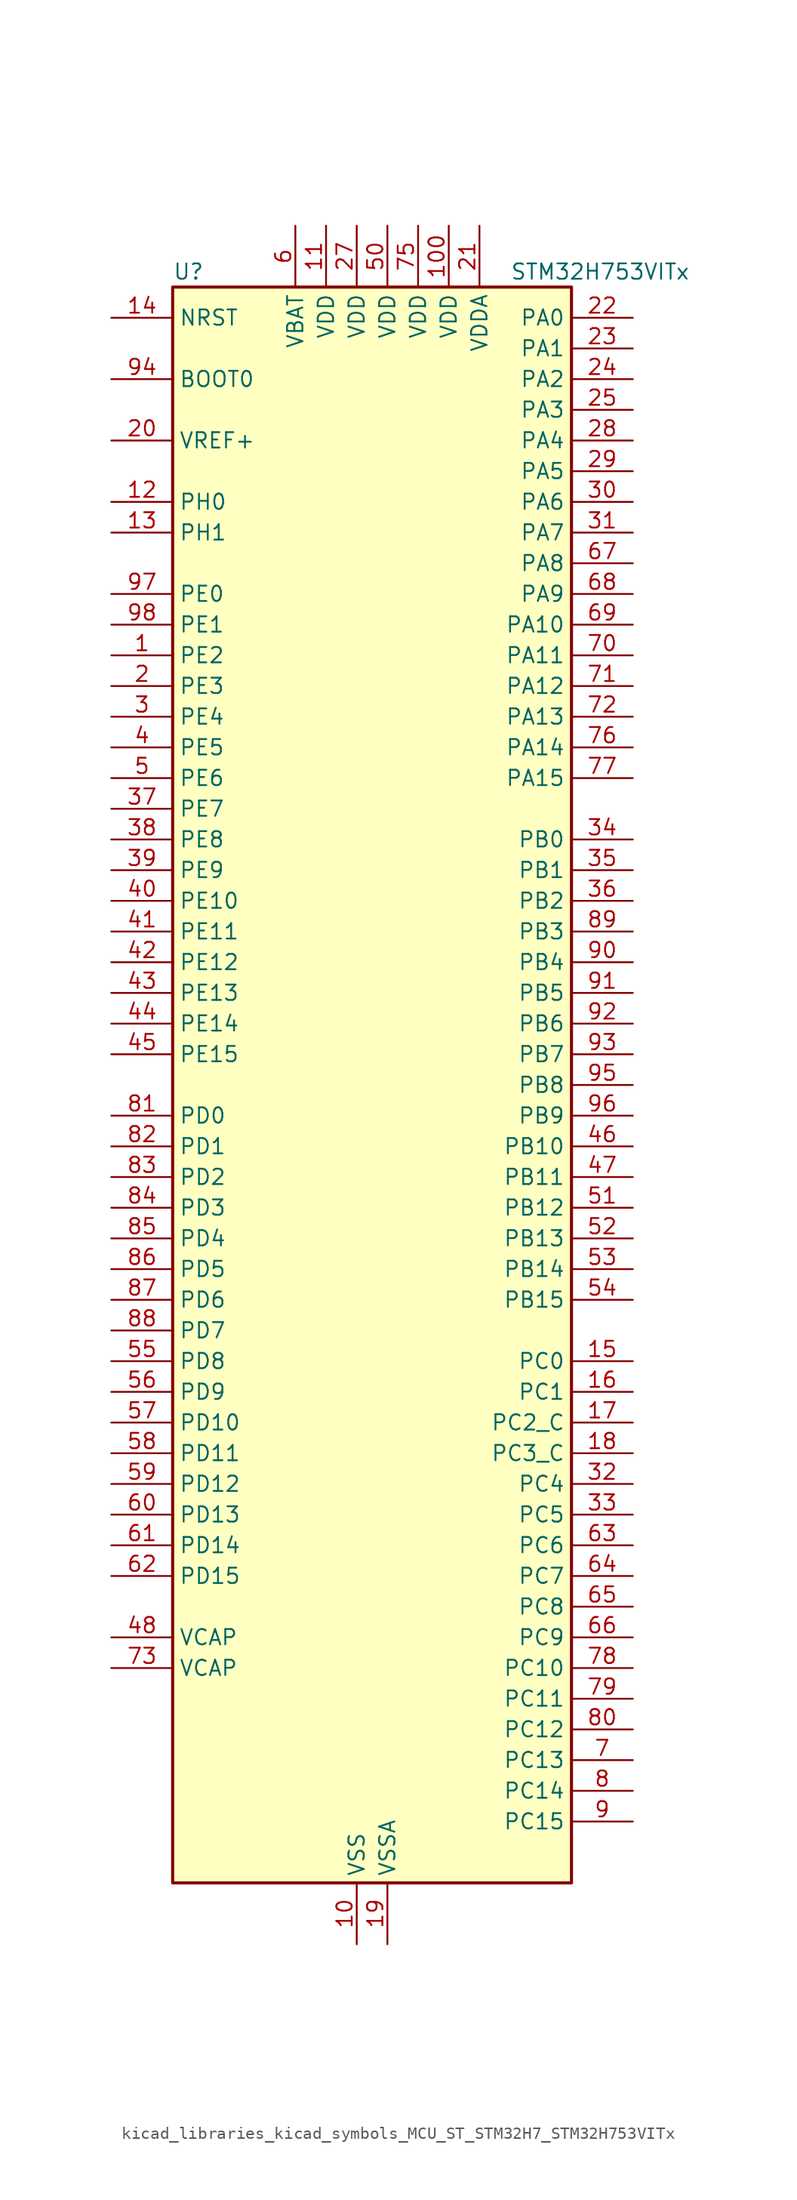
<source format=kicad_sym>
(kicad_symbol_lib
  (version 20220914)
  (generator kicad_symbol_editor)
  (symbol "kicad_libraries_kicad_symbols_MCU_ST_STM32H7_STM32H753VITx"
    (property "Reference" "U"
      (at -15.24 67.31 0)
      (effects (font (size 1.27 1.27)) (justify left)))
    (property "Value" "STM32H753VITx"
      (at 12.7 67.31 0)
      (effects (font (size 1.27 1.27)) (justify left)))
    (property "ki_locked" ""
      (at 0 0 0)
      (effects (font (size 1.27 1.27))))
    (symbol "kicad_libraries_kicad_symbols_MCU_ST_STM32H7_STM32H753VITx_0_1"
      (rectangle (start -15.24 -66.04) (end 17.78 66.04) (stroke (width 0.254) (type default)) (fill (type background))))
    (symbol "kicad_libraries_kicad_symbols_MCU_ST_STM32H7_STM32H753VITx_1_1"
      (pin bidirectional line (at -20.32 35.56 0) (length 5.08) (name "PE2" (effects (font (size 1.27 1.27)))) (number "1" (effects (font (size 1.27 1.27)))) (alternate "DEBUG_TRACECLK" bidirectional line) (alternate "ETH_TXD3" bidirectional line) (alternate "FMC_A23" bidirectional line) (alternate "QUADSPI_BK1_IO2" bidirectional line) (alternate "SAI1_CK1" bidirectional line) (alternate "SAI1_MCLK_A" bidirectional line) (alternate "SAI4_CK1" bidirectional line) (alternate "SAI4_MCLK_A" bidirectional line) (alternate "SPI4_SCK" bidirectional line))
      (pin power_in line (at 0 -71.12 90) (length 5.08) (name "VSS" (effects (font (size 1.27 1.27)))) (number "10" (effects (font (size 1.27 1.27)))))
      (pin power_in line (at 7.62 71.12 270) (length 5.08) (name "VDD" (effects (font (size 1.27 1.27)))) (number "100" (effects (font (size 1.27 1.27)))))
      (pin power_in line (at -2.54 71.12 270) (length 5.08) (name "VDD" (effects (font (size 1.27 1.27)))) (number "11" (effects (font (size 1.27 1.27)))))
      (pin bidirectional line (at -20.32 48.26 0) (length 5.08) (name "PH0" (effects (font (size 1.27 1.27)))) (number "12" (effects (font (size 1.27 1.27)))) (alternate "RCC_OSC_IN" bidirectional line))
      (pin bidirectional line (at -20.32 45.72 0) (length 5.08) (name "PH1" (effects (font (size 1.27 1.27)))) (number "13" (effects (font (size 1.27 1.27)))) (alternate "RCC_OSC_OUT" bidirectional line))
      (pin input line (at -20.32 63.5 0) (length 5.08) (name "NRST" (effects (font (size 1.27 1.27)))) (number "14" (effects (font (size 1.27 1.27)))))
      (pin bidirectional line (at 22.86 -22.86 180) (length 5.08) (name "PC0" (effects (font (size 1.27 1.27)))) (number "15" (effects (font (size 1.27 1.27)))) (alternate "ADC1_INP10" bidirectional line) (alternate "ADC2_INP10" bidirectional line) (alternate "ADC3_INP10" bidirectional line) (alternate "DFSDM1_CKIN0" bidirectional line) (alternate "DFSDM1_DATIN4" bidirectional line) (alternate "FMC_SDNWE" bidirectional line) (alternate "LTDC_R5" bidirectional line) (alternate "SAI2_FS_B" bidirectional line) (alternate "USB_OTG_HS_ULPI_STP" bidirectional line))
      (pin bidirectional line (at 22.86 -25.4 180) (length 5.08) (name "PC1" (effects (font (size 1.27 1.27)))) (number "16" (effects (font (size 1.27 1.27)))) (alternate "ADC1_INN10" bidirectional line) (alternate "ADC1_INP11" bidirectional line) (alternate "ADC2_INN10" bidirectional line) (alternate "ADC2_INP11" bidirectional line) (alternate "ADC3_INN10" bidirectional line) (alternate "ADC3_INP11" bidirectional line) (alternate "DEBUG_TRACED0" bidirectional line) (alternate "DFSDM1_CKIN4" bidirectional line) (alternate "DFSDM1_DATIN0" bidirectional line) (alternate "ETH_MDC" bidirectional line) (alternate "I2S2_SDO" bidirectional line) (alternate "MDIOS_MDC" bidirectional line) (alternate "PWR_WKUP5" bidirectional line) (alternate "RTC_TAMP3" bidirectional line) (alternate "SAI1_D1" bidirectional line) (alternate "SAI1_SD_A" bidirectional line) (alternate "SAI4_D1" bidirectional line) (alternate "SAI4_SD_A" bidirectional line) (alternate "SDMMC2_CK" bidirectional line) (alternate "SPI2_MOSI" bidirectional line))
      (pin bidirectional line (at 22.86 -27.94 180) (length 5.08) (name "PC2_C" (effects (font (size 1.27 1.27)))) (number "17" (effects (font (size 1.27 1.27)))) (alternate "ADC3_INN1" bidirectional line) (alternate "ADC3_INP0" bidirectional line) (alternate "DFSDM1_CKIN1" bidirectional line) (alternate "DFSDM1_CKOUT" bidirectional line) (alternate "ETH_TXD2" bidirectional line) (alternate "FMC_SDNE0" bidirectional line) (alternate "I2S2_SDI" bidirectional line) (alternate "PWR_CSTOP" bidirectional line) (alternate "SPI2_MISO" bidirectional line) (alternate "USB_OTG_HS_ULPI_DIR" bidirectional line))
      (pin bidirectional line (at 22.86 -30.48 180) (length 5.08) (name "PC3_C" (effects (font (size 1.27 1.27)))) (number "18" (effects (font (size 1.27 1.27)))) (alternate "ADC3_INP1" bidirectional line) (alternate "DFSDM1_DATIN1" bidirectional line) (alternate "ETH_TX_CLK" bidirectional line) (alternate "FMC_SDCKE0" bidirectional line) (alternate "I2S2_SDO" bidirectional line) (alternate "PWR_CSLEEP" bidirectional line) (alternate "SPI2_MOSI" bidirectional line) (alternate "USB_OTG_HS_ULPI_NXT" bidirectional line))
      (pin power_in line (at 2.54 -71.12 90) (length 5.08) (name "VSSA" (effects (font (size 1.27 1.27)))) (number "19" (effects (font (size 1.27 1.27)))))
      (pin bidirectional line (at -20.32 33.02 0) (length 5.08) (name "PE3" (effects (font (size 1.27 1.27)))) (number "2" (effects (font (size 1.27 1.27)))) (alternate "DEBUG_TRACED0" bidirectional line) (alternate "FMC_A19" bidirectional line) (alternate "SAI1_SD_B" bidirectional line) (alternate "SAI4_SD_B" bidirectional line) (alternate "TIM15_BKIN" bidirectional line))
      (pin input line (at -20.32 53.34 0) (length 5.08) (name "VREF+" (effects (font (size 1.27 1.27)))) (number "20" (effects (font (size 1.27 1.27)))) (alternate "VREFBUF_OUT" bidirectional line))
      (pin power_in line (at 10.16 71.12 270) (length 5.08) (name "VDDA" (effects (font (size 1.27 1.27)))) (number "21" (effects (font (size 1.27 1.27)))))
      (pin bidirectional line (at 22.86 63.5 180) (length 5.08) (name "PA0" (effects (font (size 1.27 1.27)))) (number "22" (effects (font (size 1.27 1.27)))) (alternate "ADC1_INP16" bidirectional line) (alternate "ETH_CRS" bidirectional line) (alternate "PWR_WKUP0" bidirectional line) (alternate "SAI2_SD_B" bidirectional line) (alternate "SDMMC2_CMD" bidirectional line) (alternate "TIM15_BKIN" bidirectional line) (alternate "TIM2_CH1" bidirectional line) (alternate "TIM2_ETR" bidirectional line) (alternate "TIM5_CH1" bidirectional line) (alternate "TIM8_ETR" bidirectional line) (alternate "UART4_TX" bidirectional line) (alternate "USART2_CTS" bidirectional line) (alternate "USART2_NSS" bidirectional line))
      (pin bidirectional line (at 22.86 60.96 180) (length 5.08) (name "PA1" (effects (font (size 1.27 1.27)))) (number "23" (effects (font (size 1.27 1.27)))) (alternate "ADC1_INN16" bidirectional line) (alternate "ADC1_INP17" bidirectional line) (alternate "ETH_REF_CLK" bidirectional line) (alternate "ETH_RX_CLK" bidirectional line) (alternate "LPTIM3_OUT" bidirectional line) (alternate "LTDC_R2" bidirectional line) (alternate "QUADSPI_BK1_IO3" bidirectional line) (alternate "SAI2_MCLK_B" bidirectional line) (alternate "TIM15_CH1N" bidirectional line) (alternate "TIM2_CH2" bidirectional line) (alternate "TIM5_CH2" bidirectional line) (alternate "UART4_RX" bidirectional line) (alternate "USART2_DE" bidirectional line) (alternate "USART2_RTS" bidirectional line))
      (pin bidirectional line (at 22.86 58.42 180) (length 5.08) (name "PA2" (effects (font (size 1.27 1.27)))) (number "24" (effects (font (size 1.27 1.27)))) (alternate "ADC1_INP14" bidirectional line) (alternate "ADC2_INP14" bidirectional line) (alternate "ETH_MDIO" bidirectional line) (alternate "LPTIM4_OUT" bidirectional line) (alternate "LTDC_R1" bidirectional line) (alternate "MDIOS_MDIO" bidirectional line) (alternate "PWR_WKUP1" bidirectional line) (alternate "SAI2_SCK_B" bidirectional line) (alternate "TIM15_CH1" bidirectional line) (alternate "TIM2_CH3" bidirectional line) (alternate "TIM5_CH3" bidirectional line) (alternate "USART2_TX" bidirectional line))
      (pin bidirectional line (at 22.86 55.88 180) (length 5.08) (name "PA3" (effects (font (size 1.27 1.27)))) (number "25" (effects (font (size 1.27 1.27)))) (alternate "ADC1_INP15" bidirectional line) (alternate "ADC2_INP15" bidirectional line) (alternate "ETH_COL" bidirectional line) (alternate "LPTIM5_OUT" bidirectional line) (alternate "LTDC_B2" bidirectional line) (alternate "LTDC_B5" bidirectional line) (alternate "TIM15_CH2" bidirectional line) (alternate "TIM2_CH4" bidirectional line) (alternate "TIM5_CH4" bidirectional line) (alternate "USART2_RX" bidirectional line) (alternate "USB_OTG_HS_ULPI_D0" bidirectional line))
      (pin passive line (at 0 -71.12 90) (length 5.08) hide (name "VSS" (effects (font (size 1.27 1.27)))) (number "26" (effects (font (size 1.27 1.27)))))
      (pin power_in line (at 0 71.12 270) (length 5.08) (name "VDD" (effects (font (size 1.27 1.27)))) (number "27" (effects (font (size 1.27 1.27)))))
      (pin bidirectional line (at 22.86 53.34 180) (length 5.08) (name "PA4" (effects (font (size 1.27 1.27)))) (number "28" (effects (font (size 1.27 1.27)))) (alternate "ADC1_INP18" bidirectional line) (alternate "ADC2_INP18" bidirectional line) (alternate "DAC1_OUT1" bidirectional line) (alternate "DCMI_HSYNC" bidirectional line) (alternate "I2S1_WS" bidirectional line) (alternate "I2S3_WS" bidirectional line) (alternate "LTDC_VSYNC" bidirectional line) (alternate "SPI1_NSS" bidirectional line) (alternate "SPI3_NSS" bidirectional line) (alternate "SPI6_NSS" bidirectional line) (alternate "TIM5_ETR" bidirectional line) (alternate "USART2_CK" bidirectional line) (alternate "USB_OTG_HS_SOF" bidirectional line))
      (pin bidirectional line (at 22.86 50.8 180) (length 5.08) (name "PA5" (effects (font (size 1.27 1.27)))) (number "29" (effects (font (size 1.27 1.27)))) (alternate "ADC1_INN18" bidirectional line) (alternate "ADC1_INP19" bidirectional line) (alternate "ADC2_INN18" bidirectional line) (alternate "ADC2_INP19" bidirectional line) (alternate "DAC1_OUT2" bidirectional line) (alternate "I2S1_CK" bidirectional line) (alternate "LTDC_R4" bidirectional line) (alternate "PWR_NDSTOP2" bidirectional line) (alternate "SPI1_SCK" bidirectional line) (alternate "SPI6_SCK" bidirectional line) (alternate "TIM2_CH1" bidirectional line) (alternate "TIM2_ETR" bidirectional line) (alternate "TIM8_CH1N" bidirectional line) (alternate "USB_OTG_HS_ULPI_CK" bidirectional line))
      (pin bidirectional line (at -20.32 30.48 0) (length 5.08) (name "PE4" (effects (font (size 1.27 1.27)))) (number "3" (effects (font (size 1.27 1.27)))) (alternate "DCMI_D4" bidirectional line) (alternate "DEBUG_TRACED1" bidirectional line) (alternate "DFSDM1_DATIN3" bidirectional line) (alternate "FMC_A20" bidirectional line) (alternate "LTDC_B0" bidirectional line) (alternate "SAI1_D2" bidirectional line) (alternate "SAI1_FS_A" bidirectional line) (alternate "SAI4_D2" bidirectional line) (alternate "SAI4_FS_A" bidirectional line) (alternate "SPI4_NSS" bidirectional line) (alternate "TIM15_CH1N" bidirectional line))
      (pin bidirectional line (at 22.86 48.26 180) (length 5.08) (name "PA6" (effects (font (size 1.27 1.27)))) (number "30" (effects (font (size 1.27 1.27)))) (alternate "ADC1_INP3" bidirectional line) (alternate "ADC2_INP3" bidirectional line) (alternate "DCMI_PIXCLK" bidirectional line) (alternate "I2S1_SDI" bidirectional line) (alternate "LTDC_G2" bidirectional line) (alternate "MDIOS_MDC" bidirectional line) (alternate "SPI1_MISO" bidirectional line) (alternate "SPI6_MISO" bidirectional line) (alternate "TIM13_CH1" bidirectional line) (alternate "TIM1_BKIN" bidirectional line) (alternate "TIM1_BKIN_COMP1" bidirectional line) (alternate "TIM1_BKIN_COMP2" bidirectional line) (alternate "TIM3_CH1" bidirectional line) (alternate "TIM8_BKIN" bidirectional line) (alternate "TIM8_BKIN_COMP1" bidirectional line) (alternate "TIM8_BKIN_COMP2" bidirectional line))
      (pin bidirectional line (at 22.86 45.72 180) (length 5.08) (name "PA7" (effects (font (size 1.27 1.27)))) (number "31" (effects (font (size 1.27 1.27)))) (alternate "ADC1_INN3" bidirectional line) (alternate "ADC1_INP7" bidirectional line) (alternate "ADC2_INN3" bidirectional line) (alternate "ADC2_INP7" bidirectional line) (alternate "ETH_CRS_DV" bidirectional line) (alternate "ETH_RX_DV" bidirectional line) (alternate "FMC_SDNWE" bidirectional line) (alternate "I2S1_SDO" bidirectional line) (alternate "OPAMP1_VINM" bidirectional line) (alternate "OPAMP1_VINM1" bidirectional line) (alternate "SPI1_MOSI" bidirectional line) (alternate "SPI6_MOSI" bidirectional line) (alternate "TIM14_CH1" bidirectional line) (alternate "TIM1_CH1N" bidirectional line) (alternate "TIM3_CH2" bidirectional line) (alternate "TIM8_CH1N" bidirectional line))
      (pin bidirectional line (at 22.86 -33.02 180) (length 5.08) (name "PC4" (effects (font (size 1.27 1.27)))) (number "32" (effects (font (size 1.27 1.27)))) (alternate "ADC1_INP4" bidirectional line) (alternate "ADC2_INP4" bidirectional line) (alternate "COMP1_INM" bidirectional line) (alternate "DFSDM1_CKIN2" bidirectional line) (alternate "ETH_RXD0" bidirectional line) (alternate "FMC_SDNE0" bidirectional line) (alternate "I2S1_MCK" bidirectional line) (alternate "OPAMP1_VOUT" bidirectional line) (alternate "SPDIFRX1_IN2" bidirectional line))
      (pin bidirectional line (at 22.86 -35.56 180) (length 5.08) (name "PC5" (effects (font (size 1.27 1.27)))) (number "33" (effects (font (size 1.27 1.27)))) (alternate "ADC1_INN4" bidirectional line) (alternate "ADC1_INP8" bidirectional line) (alternate "ADC2_INN4" bidirectional line) (alternate "ADC2_INP8" bidirectional line) (alternate "COMP1_OUT" bidirectional line) (alternate "DFSDM1_DATIN2" bidirectional line) (alternate "ETH_RXD1" bidirectional line) (alternate "FMC_SDCKE0" bidirectional line) (alternate "OPAMP1_VINM" bidirectional line) (alternate "OPAMP1_VINM0" bidirectional line) (alternate "SAI1_D3" bidirectional line) (alternate "SAI4_D3" bidirectional line) (alternate "SPDIFRX1_IN3" bidirectional line))
      (pin bidirectional line (at 22.86 20.32 180) (length 5.08) (name "PB0" (effects (font (size 1.27 1.27)))) (number "34" (effects (font (size 1.27 1.27)))) (alternate "ADC1_INN5" bidirectional line) (alternate "ADC1_INP9" bidirectional line) (alternate "ADC2_INN5" bidirectional line) (alternate "ADC2_INP9" bidirectional line) (alternate "COMP1_INP" bidirectional line) (alternate "DFSDM1_CKOUT" bidirectional line) (alternate "ETH_RXD2" bidirectional line) (alternate "LTDC_G1" bidirectional line) (alternate "LTDC_R3" bidirectional line) (alternate "OPAMP1_VINP" bidirectional line) (alternate "TIM1_CH2N" bidirectional line) (alternate "TIM3_CH3" bidirectional line) (alternate "TIM8_CH2N" bidirectional line) (alternate "UART4_CTS" bidirectional line) (alternate "USB_OTG_HS_ULPI_D1" bidirectional line))
      (pin bidirectional line (at 22.86 17.78 180) (length 5.08) (name "PB1" (effects (font (size 1.27 1.27)))) (number "35" (effects (font (size 1.27 1.27)))) (alternate "ADC1_INP5" bidirectional line) (alternate "ADC2_INP5" bidirectional line) (alternate "COMP1_INM" bidirectional line) (alternate "DFSDM1_DATIN1" bidirectional line) (alternate "ETH_RXD3" bidirectional line) (alternate "LTDC_G0" bidirectional line) (alternate "LTDC_R6" bidirectional line) (alternate "TIM1_CH3N" bidirectional line) (alternate "TIM3_CH4" bidirectional line) (alternate "TIM8_CH3N" bidirectional line) (alternate "USB_OTG_HS_ULPI_D2" bidirectional line))
      (pin bidirectional line (at 22.86 15.24 180) (length 5.08) (name "PB2" (effects (font (size 1.27 1.27)))) (number "36" (effects (font (size 1.27 1.27)))) (alternate "COMP1_INP" bidirectional line) (alternate "DFSDM1_CKIN1" bidirectional line) (alternate "I2S3_SDO" bidirectional line) (alternate "QUADSPI_CLK" bidirectional line) (alternate "RTC_OUT_ALARM" bidirectional line) (alternate "RTC_OUT_CALIB" bidirectional line) (alternate "SAI1_D1" bidirectional line) (alternate "SAI1_SD_A" bidirectional line) (alternate "SAI4_D1" bidirectional line) (alternate "SAI4_SD_A" bidirectional line) (alternate "SPI3_MOSI" bidirectional line))
      (pin bidirectional line (at -20.32 22.86 0) (length 5.08) (name "PE7" (effects (font (size 1.27 1.27)))) (number "37" (effects (font (size 1.27 1.27)))) (alternate "COMP2_INM" bidirectional line) (alternate "DFSDM1_DATIN2" bidirectional line) (alternate "FMC_D4" bidirectional line) (alternate "FMC_DA4" bidirectional line) (alternate "OPAMP2_VOUT" bidirectional line) (alternate "QUADSPI_BK2_IO0" bidirectional line) (alternate "TIM1_ETR" bidirectional line) (alternate "UART7_RX" bidirectional line))
      (pin bidirectional line (at -20.32 20.32 0) (length 5.08) (name "PE8" (effects (font (size 1.27 1.27)))) (number "38" (effects (font (size 1.27 1.27)))) (alternate "COMP2_OUT" bidirectional line) (alternate "DFSDM1_CKIN2" bidirectional line) (alternate "FMC_D5" bidirectional line) (alternate "FMC_DA5" bidirectional line) (alternate "OPAMP2_VINM" bidirectional line) (alternate "OPAMP2_VINM0" bidirectional line) (alternate "QUADSPI_BK2_IO1" bidirectional line) (alternate "TIM1_CH1N" bidirectional line) (alternate "UART7_TX" bidirectional line))
      (pin bidirectional line (at -20.32 17.78 0) (length 5.08) (name "PE9" (effects (font (size 1.27 1.27)))) (number "39" (effects (font (size 1.27 1.27)))) (alternate "COMP2_INP" bidirectional line) (alternate "DAC1_EXTI9" bidirectional line) (alternate "DFSDM1_CKOUT" bidirectional line) (alternate "FMC_D6" bidirectional line) (alternate "FMC_DA6" bidirectional line) (alternate "OPAMP2_VINP" bidirectional line) (alternate "QUADSPI_BK2_IO2" bidirectional line) (alternate "TIM1_CH1" bidirectional line) (alternate "UART7_DE" bidirectional line) (alternate "UART7_RTS" bidirectional line))
      (pin bidirectional line (at -20.32 27.94 0) (length 5.08) (name "PE5" (effects (font (size 1.27 1.27)))) (number "4" (effects (font (size 1.27 1.27)))) (alternate "DCMI_D6" bidirectional line) (alternate "DEBUG_TRACED2" bidirectional line) (alternate "DFSDM1_CKIN3" bidirectional line) (alternate "FMC_A21" bidirectional line) (alternate "LTDC_G0" bidirectional line) (alternate "SAI1_CK2" bidirectional line) (alternate "SAI1_SCK_A" bidirectional line) (alternate "SAI4_CK2" bidirectional line) (alternate "SAI4_SCK_A" bidirectional line) (alternate "SPI4_MISO" bidirectional line) (alternate "TIM15_CH1" bidirectional line))
      (pin bidirectional line (at -20.32 15.24 0) (length 5.08) (name "PE10" (effects (font (size 1.27 1.27)))) (number "40" (effects (font (size 1.27 1.27)))) (alternate "COMP2_INM" bidirectional line) (alternate "DFSDM1_DATIN4" bidirectional line) (alternate "FMC_D7" bidirectional line) (alternate "FMC_DA7" bidirectional line) (alternate "QUADSPI_BK2_IO3" bidirectional line) (alternate "TIM1_CH2N" bidirectional line) (alternate "UART7_CTS" bidirectional line))
      (pin bidirectional line (at -20.32 12.7 0) (length 5.08) (name "PE11" (effects (font (size 1.27 1.27)))) (number "41" (effects (font (size 1.27 1.27)))) (alternate "ADC1_EXTI11" bidirectional line) (alternate "ADC2_EXTI11" bidirectional line) (alternate "ADC3_EXTI11" bidirectional line) (alternate "COMP2_INP" bidirectional line) (alternate "DFSDM1_CKIN4" bidirectional line) (alternate "FMC_D8" bidirectional line) (alternate "FMC_DA8" bidirectional line) (alternate "LTDC_G3" bidirectional line) (alternate "SAI2_SD_B" bidirectional line) (alternate "SPI4_NSS" bidirectional line) (alternate "TIM1_CH2" bidirectional line))
      (pin bidirectional line (at -20.32 10.16 0) (length 5.08) (name "PE12" (effects (font (size 1.27 1.27)))) (number "42" (effects (font (size 1.27 1.27)))) (alternate "COMP1_OUT" bidirectional line) (alternate "DFSDM1_DATIN5" bidirectional line) (alternate "FMC_D9" bidirectional line) (alternate "FMC_DA9" bidirectional line) (alternate "LTDC_B4" bidirectional line) (alternate "SAI2_SCK_B" bidirectional line) (alternate "SPI4_SCK" bidirectional line) (alternate "TIM1_CH3N" bidirectional line))
      (pin bidirectional line (at -20.32 7.62 0) (length 5.08) (name "PE13" (effects (font (size 1.27 1.27)))) (number "43" (effects (font (size 1.27 1.27)))) (alternate "COMP2_OUT" bidirectional line) (alternate "DFSDM1_CKIN5" bidirectional line) (alternate "FMC_D10" bidirectional line) (alternate "FMC_DA10" bidirectional line) (alternate "LTDC_DE" bidirectional line) (alternate "SAI2_FS_B" bidirectional line) (alternate "SPI4_MISO" bidirectional line) (alternate "TIM1_CH3" bidirectional line))
      (pin bidirectional line (at -20.32 5.08 0) (length 5.08) (name "PE14" (effects (font (size 1.27 1.27)))) (number "44" (effects (font (size 1.27 1.27)))) (alternate "FMC_D11" bidirectional line) (alternate "FMC_DA11" bidirectional line) (alternate "LTDC_CLK" bidirectional line) (alternate "SAI2_MCLK_B" bidirectional line) (alternate "SPI4_MOSI" bidirectional line) (alternate "TIM1_CH4" bidirectional line))
      (pin bidirectional line (at -20.32 2.54 0) (length 5.08) (name "PE15" (effects (font (size 1.27 1.27)))) (number "45" (effects (font (size 1.27 1.27)))) (alternate "ADC1_EXTI15" bidirectional line) (alternate "ADC2_EXTI15" bidirectional line) (alternate "ADC3_EXTI15" bidirectional line) (alternate "FMC_D12" bidirectional line) (alternate "FMC_DA12" bidirectional line) (alternate "LTDC_R7" bidirectional line) (alternate "TIM1_BKIN" bidirectional line) (alternate "TIM1_BKIN_COMP1" bidirectional line) (alternate "TIM1_BKIN_COMP2" bidirectional line))
      (pin bidirectional line (at 22.86 -5.08 180) (length 5.08) (name "PB10" (effects (font (size 1.27 1.27)))) (number "46" (effects (font (size 1.27 1.27)))) (alternate "DFSDM1_DATIN7" bidirectional line) (alternate "ETH_RX_ER" bidirectional line) (alternate "HRTIM_SCOUT" bidirectional line) (alternate "I2C2_SCL" bidirectional line) (alternate "I2S2_CK" bidirectional line) (alternate "LPTIM2_IN1" bidirectional line) (alternate "LTDC_G4" bidirectional line) (alternate "QUADSPI_BK1_NCS" bidirectional line) (alternate "SPI2_SCK" bidirectional line) (alternate "TIM2_CH3" bidirectional line) (alternate "USART3_TX" bidirectional line) (alternate "USB_OTG_HS_ULPI_D3" bidirectional line))
      (pin bidirectional line (at 22.86 -7.62 180) (length 5.08) (name "PB11" (effects (font (size 1.27 1.27)))) (number "47" (effects (font (size 1.27 1.27)))) (alternate "ADC1_EXTI11" bidirectional line) (alternate "ADC2_EXTI11" bidirectional line) (alternate "ADC3_EXTI11" bidirectional line) (alternate "DFSDM1_CKIN7" bidirectional line) (alternate "ETH_TX_EN" bidirectional line) (alternate "HRTIM_SCIN" bidirectional line) (alternate "I2C2_SDA" bidirectional line) (alternate "LPTIM2_ETR" bidirectional line) (alternate "LTDC_G5" bidirectional line) (alternate "TIM2_CH4" bidirectional line) (alternate "USART3_RX" bidirectional line) (alternate "USB_OTG_HS_ULPI_D4" bidirectional line))
      (pin power_out line (at -20.32 -45.72 0) (length 5.08) (name "VCAP" (effects (font (size 1.27 1.27)))) (number "48" (effects (font (size 1.27 1.27)))))
      (pin passive line (at 0 -71.12 90) (length 5.08) hide (name "VSS" (effects (font (size 1.27 1.27)))) (number "49" (effects (font (size 1.27 1.27)))))
      (pin bidirectional line (at -20.32 25.4 0) (length 5.08) (name "PE6" (effects (font (size 1.27 1.27)))) (number "5" (effects (font (size 1.27 1.27)))) (alternate "DCMI_D7" bidirectional line) (alternate "DEBUG_TRACED3" bidirectional line) (alternate "FMC_A22" bidirectional line) (alternate "LTDC_G1" bidirectional line) (alternate "SAI1_D1" bidirectional line) (alternate "SAI1_SD_A" bidirectional line) (alternate "SAI2_MCLK_B" bidirectional line) (alternate "SAI4_D1" bidirectional line) (alternate "SAI4_SD_A" bidirectional line) (alternate "SPI4_MOSI" bidirectional line) (alternate "TIM15_CH2" bidirectional line) (alternate "TIM1_BKIN2" bidirectional line) (alternate "TIM1_BKIN2_COMP1" bidirectional line) (alternate "TIM1_BKIN2_COMP2" bidirectional line))
      (pin power_in line (at 2.54 71.12 270) (length 5.08) (name "VDD" (effects (font (size 1.27 1.27)))) (number "50" (effects (font (size 1.27 1.27)))))
      (pin bidirectional line (at 22.86 -10.16 180) (length 5.08) (name "PB12" (effects (font (size 1.27 1.27)))) (number "51" (effects (font (size 1.27 1.27)))) (alternate "DFSDM1_DATIN1" bidirectional line) (alternate "ETH_TXD0" bidirectional line) (alternate "FDCAN2_RX" bidirectional line) (alternate "I2C2_SMBA" bidirectional line) (alternate "I2S2_WS" bidirectional line) (alternate "SPI2_NSS" bidirectional line) (alternate "TIM1_BKIN" bidirectional line) (alternate "TIM1_BKIN_COMP1" bidirectional line) (alternate "TIM1_BKIN_COMP2" bidirectional line) (alternate "UART5_RX" bidirectional line) (alternate "USART3_CK" bidirectional line) (alternate "USB_OTG_HS_ID" bidirectional line) (alternate "USB_OTG_HS_ULPI_D5" bidirectional line))
      (pin bidirectional line (at 22.86 -12.7 180) (length 5.08) (name "PB13" (effects (font (size 1.27 1.27)))) (number "52" (effects (font (size 1.27 1.27)))) (alternate "DFSDM1_CKIN1" bidirectional line) (alternate "ETH_TXD1" bidirectional line) (alternate "FDCAN2_TX" bidirectional line) (alternate "I2S2_CK" bidirectional line) (alternate "LPTIM2_OUT" bidirectional line) (alternate "SPI2_SCK" bidirectional line) (alternate "TIM1_CH1N" bidirectional line) (alternate "UART5_TX" bidirectional line) (alternate "USART3_CTS" bidirectional line) (alternate "USART3_NSS" bidirectional line) (alternate "USB_OTG_HS_ULPI_D6" bidirectional line) (alternate "USB_OTG_HS_VBUS" bidirectional line))
      (pin bidirectional line (at 22.86 -15.24 180) (length 5.08) (name "PB14" (effects (font (size 1.27 1.27)))) (number "53" (effects (font (size 1.27 1.27)))) (alternate "DFSDM1_DATIN2" bidirectional line) (alternate "I2S2_SDI" bidirectional line) (alternate "SDMMC2_D0" bidirectional line) (alternate "SPI2_MISO" bidirectional line) (alternate "TIM12_CH1" bidirectional line) (alternate "TIM1_CH2N" bidirectional line) (alternate "TIM8_CH2N" bidirectional line) (alternate "UART4_DE" bidirectional line) (alternate "UART4_RTS" bidirectional line) (alternate "USART1_TX" bidirectional line) (alternate "USART3_DE" bidirectional line) (alternate "USART3_RTS" bidirectional line) (alternate "USB_OTG_HS_DM" bidirectional line))
      (pin bidirectional line (at 22.86 -17.78 180) (length 5.08) (name "PB15" (effects (font (size 1.27 1.27)))) (number "54" (effects (font (size 1.27 1.27)))) (alternate "ADC1_EXTI15" bidirectional line) (alternate "ADC2_EXTI15" bidirectional line) (alternate "ADC3_EXTI15" bidirectional line) (alternate "DFSDM1_CKIN2" bidirectional line) (alternate "I2S2_SDO" bidirectional line) (alternate "RTC_REFIN" bidirectional line) (alternate "SDMMC2_D1" bidirectional line) (alternate "SPI2_MOSI" bidirectional line) (alternate "TIM12_CH2" bidirectional line) (alternate "TIM1_CH3N" bidirectional line) (alternate "TIM8_CH3N" bidirectional line) (alternate "UART4_CTS" bidirectional line) (alternate "USART1_RX" bidirectional line) (alternate "USB_OTG_HS_DP" bidirectional line))
      (pin bidirectional line (at -20.32 -22.86 0) (length 5.08) (name "PD8" (effects (font (size 1.27 1.27)))) (number "55" (effects (font (size 1.27 1.27)))) (alternate "DFSDM1_CKIN3" bidirectional line) (alternate "FMC_D13" bidirectional line) (alternate "FMC_DA13" bidirectional line) (alternate "SAI3_SCK_B" bidirectional line) (alternate "SPDIFRX1_IN1" bidirectional line) (alternate "USART3_TX" bidirectional line))
      (pin bidirectional line (at -20.32 -25.4 0) (length 5.08) (name "PD9" (effects (font (size 1.27 1.27)))) (number "56" (effects (font (size 1.27 1.27)))) (alternate "DAC1_EXTI9" bidirectional line) (alternate "DFSDM1_DATIN3" bidirectional line) (alternate "FMC_D14" bidirectional line) (alternate "FMC_DA14" bidirectional line) (alternate "SAI3_SD_B" bidirectional line) (alternate "USART3_RX" bidirectional line))
      (pin bidirectional line (at -20.32 -27.94 0) (length 5.08) (name "PD10" (effects (font (size 1.27 1.27)))) (number "57" (effects (font (size 1.27 1.27)))) (alternate "DFSDM1_CKOUT" bidirectional line) (alternate "FMC_D15" bidirectional line) (alternate "FMC_DA15" bidirectional line) (alternate "LTDC_B3" bidirectional line) (alternate "SAI3_FS_B" bidirectional line) (alternate "USART3_CK" bidirectional line))
      (pin bidirectional line (at -20.32 -30.48 0) (length 5.08) (name "PD11" (effects (font (size 1.27 1.27)))) (number "58" (effects (font (size 1.27 1.27)))) (alternate "ADC1_EXTI11" bidirectional line) (alternate "ADC2_EXTI11" bidirectional line) (alternate "ADC3_EXTI11" bidirectional line) (alternate "FMC_A16" bidirectional line) (alternate "FMC_CLE" bidirectional line) (alternate "I2C4_SMBA" bidirectional line) (alternate "LPTIM2_IN2" bidirectional line) (alternate "QUADSPI_BK1_IO0" bidirectional line) (alternate "SAI2_SD_A" bidirectional line) (alternate "USART3_CTS" bidirectional line) (alternate "USART3_NSS" bidirectional line))
      (pin bidirectional line (at -20.32 -33.02 0) (length 5.08) (name "PD12" (effects (font (size 1.27 1.27)))) (number "59" (effects (font (size 1.27 1.27)))) (alternate "FMC_A17" bidirectional line) (alternate "FMC_ALE" bidirectional line) (alternate "I2C4_SCL" bidirectional line) (alternate "LPTIM1_IN1" bidirectional line) (alternate "LPTIM2_IN1" bidirectional line) (alternate "QUADSPI_BK1_IO1" bidirectional line) (alternate "SAI2_FS_A" bidirectional line) (alternate "TIM4_CH1" bidirectional line) (alternate "USART3_DE" bidirectional line) (alternate "USART3_RTS" bidirectional line))
      (pin power_in line (at -5.08 71.12 270) (length 5.08) (name "VBAT" (effects (font (size 1.27 1.27)))) (number "6" (effects (font (size 1.27 1.27)))))
      (pin bidirectional line (at -20.32 -35.56 0) (length 5.08) (name "PD13" (effects (font (size 1.27 1.27)))) (number "60" (effects (font (size 1.27 1.27)))) (alternate "FMC_A18" bidirectional line) (alternate "I2C4_SDA" bidirectional line) (alternate "LPTIM1_OUT" bidirectional line) (alternate "QUADSPI_BK1_IO3" bidirectional line) (alternate "SAI2_SCK_A" bidirectional line) (alternate "TIM4_CH2" bidirectional line))
      (pin bidirectional line (at -20.32 -38.1 0) (length 5.08) (name "PD14" (effects (font (size 1.27 1.27)))) (number "61" (effects (font (size 1.27 1.27)))) (alternate "FMC_D0" bidirectional line) (alternate "FMC_DA0" bidirectional line) (alternate "SAI3_MCLK_B" bidirectional line) (alternate "TIM4_CH3" bidirectional line) (alternate "UART8_CTS" bidirectional line))
      (pin bidirectional line (at -20.32 -40.64 0) (length 5.08) (name "PD15" (effects (font (size 1.27 1.27)))) (number "62" (effects (font (size 1.27 1.27)))) (alternate "ADC1_EXTI15" bidirectional line) (alternate "ADC2_EXTI15" bidirectional line) (alternate "ADC3_EXTI15" bidirectional line) (alternate "FMC_D1" bidirectional line) (alternate "FMC_DA1" bidirectional line) (alternate "SAI3_MCLK_A" bidirectional line) (alternate "TIM4_CH4" bidirectional line) (alternate "UART8_DE" bidirectional line) (alternate "UART8_RTS" bidirectional line))
      (pin bidirectional line (at 22.86 -38.1 180) (length 5.08) (name "PC6" (effects (font (size 1.27 1.27)))) (number "63" (effects (font (size 1.27 1.27)))) (alternate "DCMI_D0" bidirectional line) (alternate "DFSDM1_CKIN3" bidirectional line) (alternate "FMC_NWAIT" bidirectional line) (alternate "HRTIM_CHA1" bidirectional line) (alternate "I2S2_MCK" bidirectional line) (alternate "LTDC_HSYNC" bidirectional line) (alternate "SDMMC1_D0DIR" bidirectional line) (alternate "SDMMC1_D6" bidirectional line) (alternate "SDMMC2_D6" bidirectional line) (alternate "SWPMI1_IO" bidirectional line) (alternate "TIM3_CH1" bidirectional line) (alternate "TIM8_CH1" bidirectional line) (alternate "USART6_TX" bidirectional line))
      (pin bidirectional line (at 22.86 -40.64 180) (length 5.08) (name "PC7" (effects (font (size 1.27 1.27)))) (number "64" (effects (font (size 1.27 1.27)))) (alternate "DCMI_D1" bidirectional line) (alternate "DEBUG_TRGIO" bidirectional line) (alternate "DFSDM1_DATIN3" bidirectional line) (alternate "FMC_NE1" bidirectional line) (alternate "HRTIM_CHA2" bidirectional line) (alternate "I2S3_MCK" bidirectional line) (alternate "LTDC_G6" bidirectional line) (alternate "SDMMC1_D123DIR" bidirectional line) (alternate "SDMMC1_D7" bidirectional line) (alternate "SDMMC2_D7" bidirectional line) (alternate "SWPMI1_TX" bidirectional line) (alternate "TIM3_CH2" bidirectional line) (alternate "TIM8_CH2" bidirectional line) (alternate "USART6_RX" bidirectional line))
      (pin bidirectional line (at 22.86 -43.18 180) (length 5.08) (name "PC8" (effects (font (size 1.27 1.27)))) (number "65" (effects (font (size 1.27 1.27)))) (alternate "DCMI_D2" bidirectional line) (alternate "DEBUG_TRACED1" bidirectional line) (alternate "FMC_NCE" bidirectional line) (alternate "FMC_NE2" bidirectional line) (alternate "HRTIM_CHB1" bidirectional line) (alternate "SDMMC1_D0" bidirectional line) (alternate "SWPMI1_RX" bidirectional line) (alternate "TIM3_CH3" bidirectional line) (alternate "TIM8_CH3" bidirectional line) (alternate "UART5_DE" bidirectional line) (alternate "UART5_RTS" bidirectional line) (alternate "USART6_CK" bidirectional line))
      (pin bidirectional line (at 22.86 -45.72 180) (length 5.08) (name "PC9" (effects (font (size 1.27 1.27)))) (number "66" (effects (font (size 1.27 1.27)))) (alternate "DAC1_EXTI9" bidirectional line) (alternate "DCMI_D3" bidirectional line) (alternate "I2C3_SDA" bidirectional line) (alternate "I2S_CKIN" bidirectional line) (alternate "LTDC_B2" bidirectional line) (alternate "LTDC_G3" bidirectional line) (alternate "QUADSPI_BK1_IO0" bidirectional line) (alternate "RCC_MCO_2" bidirectional line) (alternate "SDMMC1_D1" bidirectional line) (alternate "SWPMI1_SUSPEND" bidirectional line) (alternate "TIM3_CH4" bidirectional line) (alternate "TIM8_CH4" bidirectional line) (alternate "UART5_CTS" bidirectional line))
      (pin bidirectional line (at 22.86 43.18 180) (length 5.08) (name "PA8" (effects (font (size 1.27 1.27)))) (number "67" (effects (font (size 1.27 1.27)))) (alternate "HRTIM_CHB2" bidirectional line) (alternate "I2C3_SCL" bidirectional line) (alternate "LTDC_B3" bidirectional line) (alternate "LTDC_R6" bidirectional line) (alternate "RCC_MCO_1" bidirectional line) (alternate "TIM1_CH1" bidirectional line) (alternate "TIM8_BKIN2" bidirectional line) (alternate "TIM8_BKIN2_COMP1" bidirectional line) (alternate "TIM8_BKIN2_COMP2" bidirectional line) (alternate "UART7_RX" bidirectional line) (alternate "USART1_CK" bidirectional line) (alternate "USB_OTG_FS_SOF" bidirectional line))
      (pin bidirectional line (at 22.86 40.64 180) (length 5.08) (name "PA9" (effects (font (size 1.27 1.27)))) (number "68" (effects (font (size 1.27 1.27)))) (alternate "DAC1_EXTI9" bidirectional line) (alternate "DCMI_D0" bidirectional line) (alternate "HRTIM_CHC1" bidirectional line) (alternate "I2C3_SMBA" bidirectional line) (alternate "I2S2_CK" bidirectional line) (alternate "LPUART1_TX" bidirectional line) (alternate "LTDC_R5" bidirectional line) (alternate "SPI2_SCK" bidirectional line) (alternate "TIM1_CH2" bidirectional line) (alternate "USART1_TX" bidirectional line) (alternate "USB_OTG_FS_VBUS" bidirectional line))
      (pin bidirectional line (at 22.86 38.1 180) (length 5.08) (name "PA10" (effects (font (size 1.27 1.27)))) (number "69" (effects (font (size 1.27 1.27)))) (alternate "DCMI_D1" bidirectional line) (alternate "HRTIM_CHC2" bidirectional line) (alternate "LPUART1_RX" bidirectional line) (alternate "LTDC_B1" bidirectional line) (alternate "LTDC_B4" bidirectional line) (alternate "MDIOS_MDIO" bidirectional line) (alternate "TIM1_CH3" bidirectional line) (alternate "USART1_RX" bidirectional line) (alternate "USB_OTG_FS_ID" bidirectional line))
      (pin bidirectional line (at 22.86 -55.88 180) (length 5.08) (name "PC13" (effects (font (size 1.27 1.27)))) (number "7" (effects (font (size 1.27 1.27)))) (alternate "PWR_WKUP2" bidirectional line) (alternate "RTC_OUT_ALARM" bidirectional line) (alternate "RTC_OUT_CALIB" bidirectional line) (alternate "RTC_TAMP1" bidirectional line) (alternate "RTC_TS" bidirectional line))
      (pin bidirectional line (at 22.86 35.56 180) (length 5.08) (name "PA11" (effects (font (size 1.27 1.27)))) (number "70" (effects (font (size 1.27 1.27)))) (alternate "ADC1_EXTI11" bidirectional line) (alternate "ADC2_EXTI11" bidirectional line) (alternate "ADC3_EXTI11" bidirectional line) (alternate "FDCAN1_RX" bidirectional line) (alternate "HRTIM_CHD1" bidirectional line) (alternate "I2S2_WS" bidirectional line) (alternate "LPUART1_CTS" bidirectional line) (alternate "LTDC_R4" bidirectional line) (alternate "SPI2_NSS" bidirectional line) (alternate "TIM1_CH4" bidirectional line) (alternate "UART4_RX" bidirectional line) (alternate "USART1_CTS" bidirectional line) (alternate "USART1_NSS" bidirectional line) (alternate "USB_OTG_FS_DM" bidirectional line))
      (pin bidirectional line (at 22.86 33.02 180) (length 5.08) (name "PA12" (effects (font (size 1.27 1.27)))) (number "71" (effects (font (size 1.27 1.27)))) (alternate "FDCAN1_TX" bidirectional line) (alternate "HRTIM_CHD2" bidirectional line) (alternate "I2S2_CK" bidirectional line) (alternate "LPUART1_DE" bidirectional line) (alternate "LPUART1_RTS" bidirectional line) (alternate "LTDC_R5" bidirectional line) (alternate "SAI2_FS_B" bidirectional line) (alternate "SPI2_SCK" bidirectional line) (alternate "TIM1_ETR" bidirectional line) (alternate "UART4_TX" bidirectional line) (alternate "USART1_DE" bidirectional line) (alternate "USART1_RTS" bidirectional line) (alternate "USB_OTG_FS_DP" bidirectional line))
      (pin bidirectional line (at 22.86 30.48 180) (length 5.08) (name "PA13" (effects (font (size 1.27 1.27)))) (number "72" (effects (font (size 1.27 1.27)))) (alternate "DEBUG_JTMS-SWDIO" bidirectional line))
      (pin power_out line (at -20.32 -48.26 0) (length 5.08) (name "VCAP" (effects (font (size 1.27 1.27)))) (number "73" (effects (font (size 1.27 1.27)))))
      (pin passive line (at 0 -71.12 90) (length 5.08) hide (name "VSS" (effects (font (size 1.27 1.27)))) (number "74" (effects (font (size 1.27 1.27)))))
      (pin power_in line (at 5.08 71.12 270) (length 5.08) (name "VDD" (effects (font (size 1.27 1.27)))) (number "75" (effects (font (size 1.27 1.27)))))
      (pin bidirectional line (at 22.86 27.94 180) (length 5.08) (name "PA14" (effects (font (size 1.27 1.27)))) (number "76" (effects (font (size 1.27 1.27)))) (alternate "DEBUG_JTCK-SWCLK" bidirectional line))
      (pin bidirectional line (at 22.86 25.4 180) (length 5.08) (name "PA15" (effects (font (size 1.27 1.27)))) (number "77" (effects (font (size 1.27 1.27)))) (alternate "ADC1_EXTI15" bidirectional line) (alternate "ADC2_EXTI15" bidirectional line) (alternate "ADC3_EXTI15" bidirectional line) (alternate "CEC" bidirectional line) (alternate "DEBUG_JTDI" bidirectional line) (alternate "HRTIM_FLT1" bidirectional line) (alternate "I2S1_WS" bidirectional line) (alternate "I2S3_WS" bidirectional line) (alternate "SPI1_NSS" bidirectional line) (alternate "SPI3_NSS" bidirectional line) (alternate "SPI6_NSS" bidirectional line) (alternate "TIM2_CH1" bidirectional line) (alternate "TIM2_ETR" bidirectional line) (alternate "UART4_DE" bidirectional line) (alternate "UART4_RTS" bidirectional line) (alternate "UART7_TX" bidirectional line))
      (pin bidirectional line (at 22.86 -48.26 180) (length 5.08) (name "PC10" (effects (font (size 1.27 1.27)))) (number "78" (effects (font (size 1.27 1.27)))) (alternate "DCMI_D8" bidirectional line) (alternate "DFSDM1_CKIN5" bidirectional line) (alternate "HRTIM_EEV1" bidirectional line) (alternate "I2S3_CK" bidirectional line) (alternate "LTDC_R2" bidirectional line) (alternate "QUADSPI_BK1_IO1" bidirectional line) (alternate "SDMMC1_D2" bidirectional line) (alternate "SPI3_SCK" bidirectional line) (alternate "UART4_TX" bidirectional line) (alternate "USART3_TX" bidirectional line))
      (pin bidirectional line (at 22.86 -50.8 180) (length 5.08) (name "PC11" (effects (font (size 1.27 1.27)))) (number "79" (effects (font (size 1.27 1.27)))) (alternate "ADC1_EXTI11" bidirectional line) (alternate "ADC2_EXTI11" bidirectional line) (alternate "ADC3_EXTI11" bidirectional line) (alternate "DCMI_D4" bidirectional line) (alternate "DFSDM1_DATIN5" bidirectional line) (alternate "HRTIM_FLT2" bidirectional line) (alternate "I2S3_SDI" bidirectional line) (alternate "QUADSPI_BK2_NCS" bidirectional line) (alternate "SDMMC1_D3" bidirectional line) (alternate "SPI3_MISO" bidirectional line) (alternate "UART4_RX" bidirectional line) (alternate "USART3_RX" bidirectional line))
      (pin bidirectional line (at 22.86 -58.42 180) (length 5.08) (name "PC14" (effects (font (size 1.27 1.27)))) (number "8" (effects (font (size 1.27 1.27)))) (alternate "RCC_OSC32_IN" bidirectional line))
      (pin bidirectional line (at 22.86 -53.34 180) (length 5.08) (name "PC12" (effects (font (size 1.27 1.27)))) (number "80" (effects (font (size 1.27 1.27)))) (alternate "DCMI_D9" bidirectional line) (alternate "DEBUG_TRACED3" bidirectional line) (alternate "HRTIM_EEV2" bidirectional line) (alternate "I2S3_SDO" bidirectional line) (alternate "SDMMC1_CK" bidirectional line) (alternate "SPI3_MOSI" bidirectional line) (alternate "UART5_TX" bidirectional line) (alternate "USART3_CK" bidirectional line))
      (pin bidirectional line (at -20.32 -2.54 0) (length 5.08) (name "PD0" (effects (font (size 1.27 1.27)))) (number "81" (effects (font (size 1.27 1.27)))) (alternate "DFSDM1_CKIN6" bidirectional line) (alternate "FDCAN1_RX" bidirectional line) (alternate "FMC_D2" bidirectional line) (alternate "FMC_DA2" bidirectional line) (alternate "SAI3_SCK_A" bidirectional line) (alternate "UART4_RX" bidirectional line))
      (pin bidirectional line (at -20.32 -5.08 0) (length 5.08) (name "PD1" (effects (font (size 1.27 1.27)))) (number "82" (effects (font (size 1.27 1.27)))) (alternate "DFSDM1_DATIN6" bidirectional line) (alternate "FDCAN1_TX" bidirectional line) (alternate "FMC_D3" bidirectional line) (alternate "FMC_DA3" bidirectional line) (alternate "SAI3_SD_A" bidirectional line) (alternate "UART4_TX" bidirectional line))
      (pin bidirectional line (at -20.32 -7.62 0) (length 5.08) (name "PD2" (effects (font (size 1.27 1.27)))) (number "83" (effects (font (size 1.27 1.27)))) (alternate "DCMI_D11" bidirectional line) (alternate "DEBUG_TRACED2" bidirectional line) (alternate "SDMMC1_CMD" bidirectional line) (alternate "TIM3_ETR" bidirectional line) (alternate "UART5_RX" bidirectional line))
      (pin bidirectional line (at -20.32 -10.16 0) (length 5.08) (name "PD3" (effects (font (size 1.27 1.27)))) (number "84" (effects (font (size 1.27 1.27)))) (alternate "DCMI_D5" bidirectional line) (alternate "DFSDM1_CKOUT" bidirectional line) (alternate "FMC_CLK" bidirectional line) (alternate "I2S2_CK" bidirectional line) (alternate "LTDC_G7" bidirectional line) (alternate "SPI2_SCK" bidirectional line) (alternate "USART2_CTS" bidirectional line) (alternate "USART2_NSS" bidirectional line))
      (pin bidirectional line (at -20.32 -12.7 0) (length 5.08) (name "PD4" (effects (font (size 1.27 1.27)))) (number "85" (effects (font (size 1.27 1.27)))) (alternate "FMC_NOE" bidirectional line) (alternate "HRTIM_FLT3" bidirectional line) (alternate "SAI3_FS_A" bidirectional line) (alternate "USART2_DE" bidirectional line) (alternate "USART2_RTS" bidirectional line))
      (pin bidirectional line (at -20.32 -15.24 0) (length 5.08) (name "PD5" (effects (font (size 1.27 1.27)))) (number "86" (effects (font (size 1.27 1.27)))) (alternate "FMC_NWE" bidirectional line) (alternate "HRTIM_EEV3" bidirectional line) (alternate "USART2_TX" bidirectional line))
      (pin bidirectional line (at -20.32 -17.78 0) (length 5.08) (name "PD6" (effects (font (size 1.27 1.27)))) (number "87" (effects (font (size 1.27 1.27)))) (alternate "DCMI_D10" bidirectional line) (alternate "DFSDM1_CKIN4" bidirectional line) (alternate "DFSDM1_DATIN1" bidirectional line) (alternate "FMC_NWAIT" bidirectional line) (alternate "I2S3_SDO" bidirectional line) (alternate "LTDC_B2" bidirectional line) (alternate "SAI1_D1" bidirectional line) (alternate "SAI1_SD_A" bidirectional line) (alternate "SAI4_D1" bidirectional line) (alternate "SAI4_SD_A" bidirectional line) (alternate "SDMMC2_CK" bidirectional line) (alternate "SPI3_MOSI" bidirectional line) (alternate "USART2_RX" bidirectional line))
      (pin bidirectional line (at -20.32 -20.32 0) (length 5.08) (name "PD7" (effects (font (size 1.27 1.27)))) (number "88" (effects (font (size 1.27 1.27)))) (alternate "DFSDM1_CKIN1" bidirectional line) (alternate "DFSDM1_DATIN4" bidirectional line) (alternate "FMC_NE1" bidirectional line) (alternate "I2S1_SDO" bidirectional line) (alternate "SDMMC2_CMD" bidirectional line) (alternate "SPDIFRX1_IN0" bidirectional line) (alternate "SPI1_MOSI" bidirectional line) (alternate "USART2_CK" bidirectional line))
      (pin bidirectional line (at 22.86 12.7 180) (length 5.08) (name "PB3" (effects (font (size 1.27 1.27)))) (number "89" (effects (font (size 1.27 1.27)))) (alternate "CRS_SYNC" bidirectional line) (alternate "DEBUG_JTDO-SWO" bidirectional line) (alternate "HRTIM_FLT4" bidirectional line) (alternate "I2S1_CK" bidirectional line) (alternate "I2S3_CK" bidirectional line) (alternate "SDMMC2_D2" bidirectional line) (alternate "SPI1_SCK" bidirectional line) (alternate "SPI3_SCK" bidirectional line) (alternate "SPI6_SCK" bidirectional line) (alternate "TIM2_CH2" bidirectional line) (alternate "UART7_RX" bidirectional line))
      (pin bidirectional line (at 22.86 -60.96 180) (length 5.08) (name "PC15" (effects (font (size 1.27 1.27)))) (number "9" (effects (font (size 1.27 1.27)))) (alternate "ADC1_EXTI15" bidirectional line) (alternate "ADC2_EXTI15" bidirectional line) (alternate "ADC3_EXTI15" bidirectional line) (alternate "RCC_OSC32_OUT" bidirectional line))
      (pin bidirectional line (at 22.86 10.16 180) (length 5.08) (name "PB4" (effects (font (size 1.27 1.27)))) (number "90" (effects (font (size 1.27 1.27)))) (alternate "DEBUG_JTRST" bidirectional line) (alternate "HRTIM_EEV6" bidirectional line) (alternate "I2S1_SDI" bidirectional line) (alternate "I2S2_WS" bidirectional line) (alternate "I2S3_SDI" bidirectional line) (alternate "SDMMC2_D3" bidirectional line) (alternate "SPI1_MISO" bidirectional line) (alternate "SPI2_NSS" bidirectional line) (alternate "SPI3_MISO" bidirectional line) (alternate "SPI6_MISO" bidirectional line) (alternate "TIM16_BKIN" bidirectional line) (alternate "TIM3_CH1" bidirectional line) (alternate "UART7_TX" bidirectional line))
      (pin bidirectional line (at 22.86 7.62 180) (length 5.08) (name "PB5" (effects (font (size 1.27 1.27)))) (number "91" (effects (font (size 1.27 1.27)))) (alternate "DCMI_D10" bidirectional line) (alternate "ETH_PPS_OUT" bidirectional line) (alternate "FDCAN2_RX" bidirectional line) (alternate "FMC_SDCKE1" bidirectional line) (alternate "HRTIM_EEV7" bidirectional line) (alternate "I2C1_SMBA" bidirectional line) (alternate "I2C4_SMBA" bidirectional line) (alternate "I2S1_SDO" bidirectional line) (alternate "I2S3_SDO" bidirectional line) (alternate "SPI1_MOSI" bidirectional line) (alternate "SPI3_MOSI" bidirectional line) (alternate "SPI6_MOSI" bidirectional line) (alternate "TIM17_BKIN" bidirectional line) (alternate "TIM3_CH2" bidirectional line) (alternate "UART5_RX" bidirectional line) (alternate "USB_OTG_HS_ULPI_D7" bidirectional line))
      (pin bidirectional line (at 22.86 5.08 180) (length 5.08) (name "PB6" (effects (font (size 1.27 1.27)))) (number "92" (effects (font (size 1.27 1.27)))) (alternate "CEC" bidirectional line) (alternate "DCMI_D5" bidirectional line) (alternate "DFSDM1_DATIN5" bidirectional line) (alternate "FDCAN2_TX" bidirectional line) (alternate "FMC_SDNE1" bidirectional line) (alternate "HRTIM_EEV8" bidirectional line) (alternate "I2C1_SCL" bidirectional line) (alternate "I2C4_SCL" bidirectional line) (alternate "LPUART1_TX" bidirectional line) (alternate "QUADSPI_BK1_NCS" bidirectional line) (alternate "TIM16_CH1N" bidirectional line) (alternate "TIM4_CH1" bidirectional line) (alternate "UART5_TX" bidirectional line) (alternate "USART1_TX" bidirectional line))
      (pin bidirectional line (at 22.86 2.54 180) (length 5.08) (name "PB7" (effects (font (size 1.27 1.27)))) (number "93" (effects (font (size 1.27 1.27)))) (alternate "DCMI_VSYNC" bidirectional line) (alternate "DFSDM1_CKIN5" bidirectional line) (alternate "FMC_NL" bidirectional line) (alternate "HRTIM_EEV9" bidirectional line) (alternate "I2C1_SDA" bidirectional line) (alternate "I2C4_SDA" bidirectional line) (alternate "LPUART1_RX" bidirectional line) (alternate "PWR_PVD_IN" bidirectional line) (alternate "TIM17_CH1N" bidirectional line) (alternate "TIM4_CH2" bidirectional line) (alternate "USART1_RX" bidirectional line))
      (pin input line (at -20.32 58.42 0) (length 5.08) (name "BOOT0" (effects (font (size 1.27 1.27)))) (number "94" (effects (font (size 1.27 1.27)))))
      (pin bidirectional line (at 22.86 0 180) (length 5.08) (name "PB8" (effects (font (size 1.27 1.27)))) (number "95" (effects (font (size 1.27 1.27)))) (alternate "DCMI_D6" bidirectional line) (alternate "DFSDM1_CKIN7" bidirectional line) (alternate "ETH_TXD3" bidirectional line) (alternate "FDCAN1_RX" bidirectional line) (alternate "I2C1_SCL" bidirectional line) (alternate "I2C4_SCL" bidirectional line) (alternate "LTDC_B6" bidirectional line) (alternate "SDMMC1_CKIN" bidirectional line) (alternate "SDMMC1_D4" bidirectional line) (alternate "SDMMC2_D4" bidirectional line) (alternate "TIM16_CH1" bidirectional line) (alternate "TIM4_CH3" bidirectional line) (alternate "UART4_RX" bidirectional line))
      (pin bidirectional line (at 22.86 -2.54 180) (length 5.08) (name "PB9" (effects (font (size 1.27 1.27)))) (number "96" (effects (font (size 1.27 1.27)))) (alternate "DAC1_EXTI9" bidirectional line) (alternate "DCMI_D7" bidirectional line) (alternate "DFSDM1_DATIN7" bidirectional line) (alternate "FDCAN1_TX" bidirectional line) (alternate "I2C1_SDA" bidirectional line) (alternate "I2C4_SDA" bidirectional line) (alternate "I2C4_SMBA" bidirectional line) (alternate "I2S2_WS" bidirectional line) (alternate "LTDC_B7" bidirectional line) (alternate "SDMMC1_CDIR" bidirectional line) (alternate "SDMMC1_D5" bidirectional line) (alternate "SDMMC2_D5" bidirectional line) (alternate "SPI2_NSS" bidirectional line) (alternate "TIM17_CH1" bidirectional line) (alternate "TIM4_CH4" bidirectional line) (alternate "UART4_TX" bidirectional line))
      (pin bidirectional line (at -20.32 40.64 0) (length 5.08) (name "PE0" (effects (font (size 1.27 1.27)))) (number "97" (effects (font (size 1.27 1.27)))) (alternate "DCMI_D2" bidirectional line) (alternate "FMC_NBL0" bidirectional line) (alternate "HRTIM_SCIN" bidirectional line) (alternate "LPTIM1_ETR" bidirectional line) (alternate "LPTIM2_ETR" bidirectional line) (alternate "SAI2_MCLK_A" bidirectional line) (alternate "TIM4_ETR" bidirectional line) (alternate "UART8_RX" bidirectional line))
      (pin bidirectional line (at -20.32 38.1 0) (length 5.08) (name "PE1" (effects (font (size 1.27 1.27)))) (number "98" (effects (font (size 1.27 1.27)))) (alternate "DCMI_D3" bidirectional line) (alternate "FMC_NBL1" bidirectional line) (alternate "HRTIM_SCOUT" bidirectional line) (alternate "LPTIM1_IN2" bidirectional line) (alternate "UART8_TX" bidirectional line))
      (pin passive line (at 0 -71.12 90) (length 5.08) hide (name "VSS" (effects (font (size 1.27 1.27)))) (number "99" (effects (font (size 1.27 1.27))))))))
</source>
